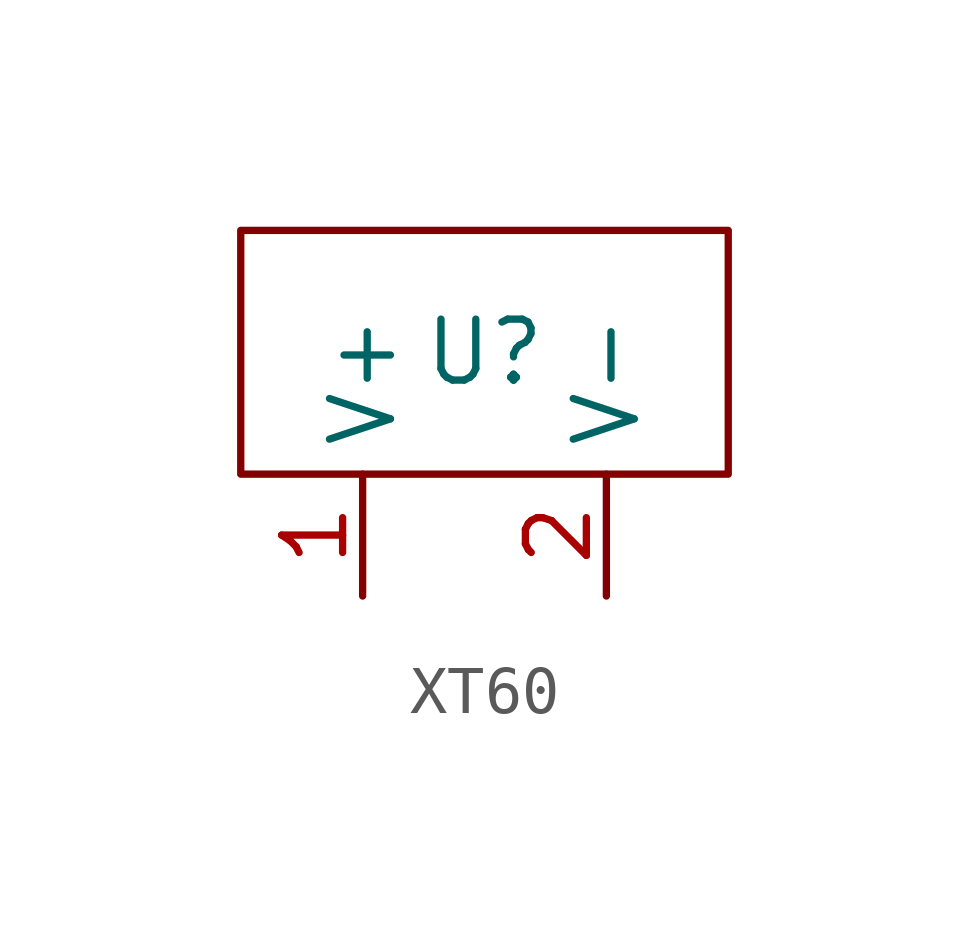
<source format=kicad_sym>
(kicad_symbol_lib
  (version 20231120)
  (generator "kicad_symbol_editor")
  (generator_version "8.0")
  (symbol "XT60"
    (property "Reference" "U"
      (at 0 0 0)
      (effects (font (size 1.27 1.27))))
    (property "Value" ""
      (at 0 0 0)
      (effects (font (size 1.27 1.27))))
    (symbol "XT60_0_1"
      (rectangle (start -5.08 2.54) (end 5.08 -2.54) (stroke (width 0) (type default)) (fill (type none))))
    (symbol "XT60_1_1"
      (pin power_out line (at -2.54 -5.08 90) (length 2.54) (name "V+" (effects (font (size 1.27 1.27)))) (number "1" (effects (font (size 1.27 1.27)))))
      (pin power_in line (at 2.54 -5.08 90) (length 2.54) (name "V-" (effects (font (size 1.27 1.27)))) (number "2" (effects (font (size 1.27 1.27))))))))
</source>
